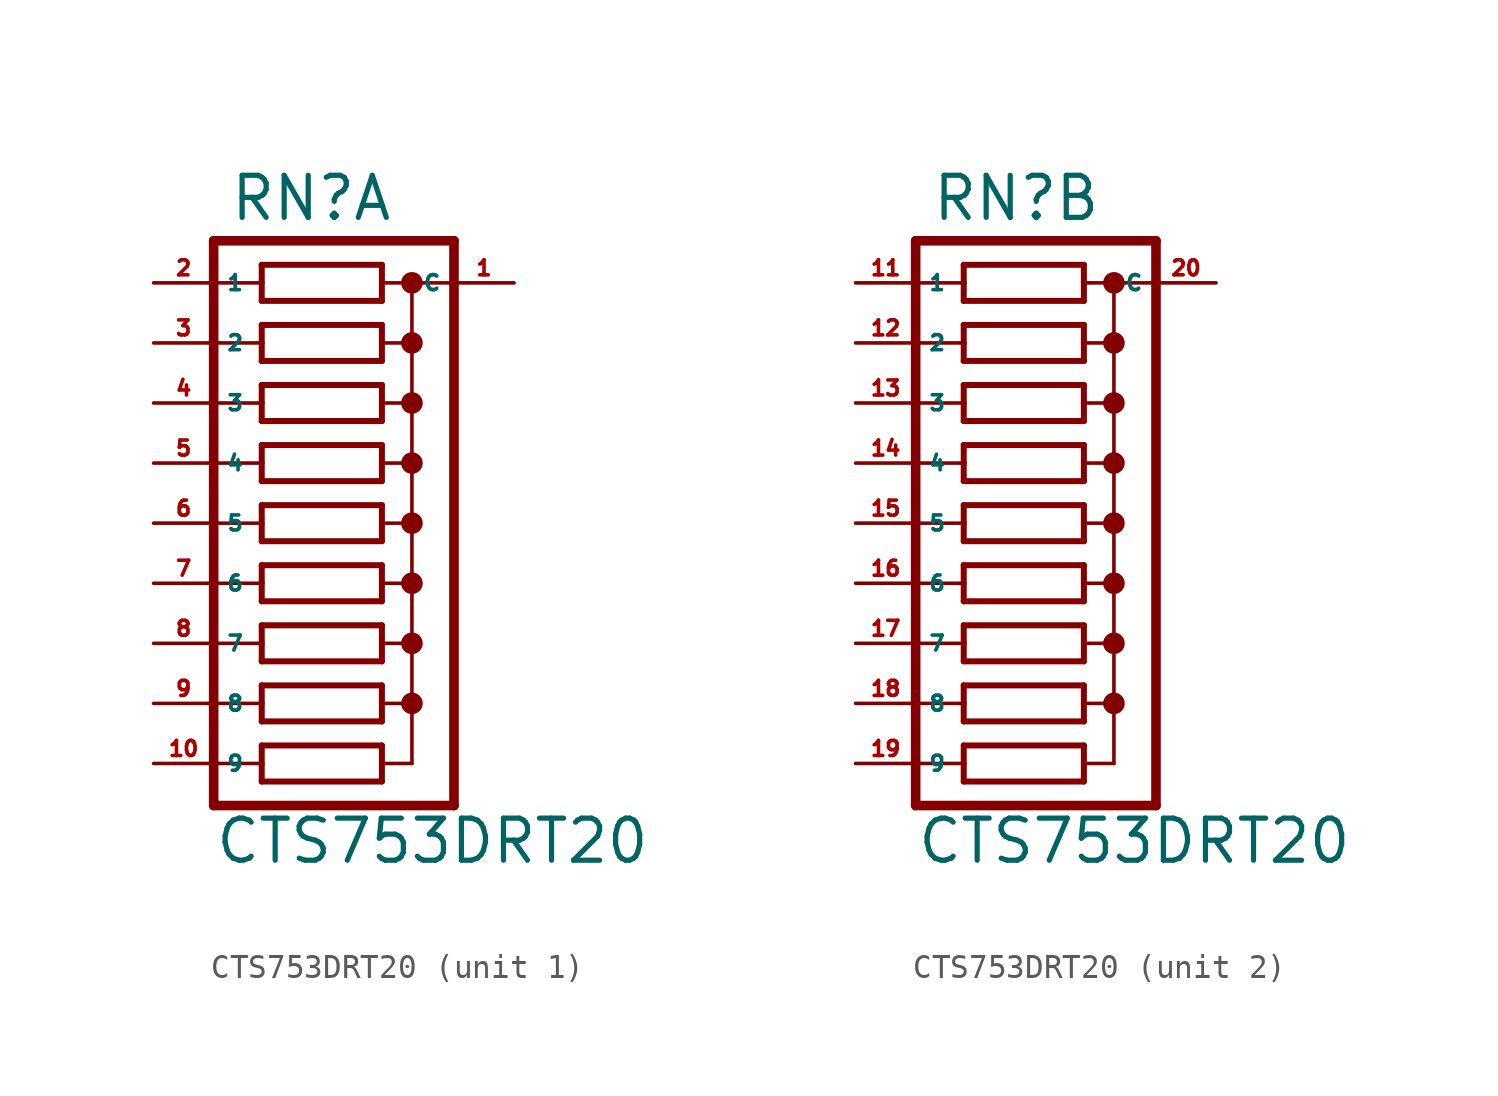
<source format=kicad_sym>
(kicad_symbol_lib
  (version 20220914)
  (generator Eagle2Kicad)
  (symbol "CTS753DRT20"
    (property "Reference" "RN"
      (at -4.445 12.7 0)
      (effects (font (size 1.778 1.778) (thickness 0.22)) (justify left bottom)))
    (property "Value" "CTS753DRT20"
      (at -5.08 -14.478 0)
      (effects (font (size 1.778 1.778) (thickness 0.22)) (justify left bottom)))
    (symbol "CTS753DRT20_1_0"
      (polyline (pts (xy -3.048 9.398) (xy 2.032 9.398)) (stroke (width 0.254) (type default)) (fill (type none)))
      (polyline (pts (xy 2.032 10.922) (xy -3.048 10.922)) (stroke (width 0.254) (type default)) (fill (type none)))
      (polyline (pts (xy 2.032 9.398) (xy 2.032 10.16)) (stroke (width 0.254) (type default)) (fill (type none)))
      (polyline (pts (xy -3.048 10.922) (xy -3.048 10.16)) (stroke (width 0.254) (type default)) (fill (type none)))
      (polyline (pts (xy -3.048 10.16) (xy -5.08 10.16)) (stroke (width 0.152) (type default)) (fill (type none)))
      (polyline (pts (xy -3.048 10.16) (xy -3.048 9.398)) (stroke (width 0.254) (type default)) (fill (type none)))
      (polyline (pts (xy 3.302 10.16) (xy 2.032 10.16)) (stroke (width 0.152) (type default)) (fill (type none)))
      (polyline (pts (xy 2.032 10.16) (xy 2.032 10.922)) (stroke (width 0.254) (type default)) (fill (type none)))
      (polyline (pts (xy 3.302 10.16) (xy 3.302 7.62)) (stroke (width 0.152) (type default)) (fill (type none)))
      (polyline (pts (xy 3.302 7.62) (xy 2.032 7.62)) (stroke (width 0.152) (type default)) (fill (type none)))
      (polyline (pts (xy 3.302 7.62) (xy 3.302 5.08)) (stroke (width 0.152) (type default)) (fill (type none)))
      (polyline (pts (xy 3.302 5.08) (xy 2.032 5.08)) (stroke (width 0.152) (type default)) (fill (type none)))
      (polyline (pts (xy 3.302 5.08) (xy 3.302 2.54)) (stroke (width 0.152) (type default)) (fill (type none)))
      (polyline (pts (xy 3.302 2.54) (xy 2.032 2.54)) (stroke (width 0.152) (type default)) (fill (type none)))
      (polyline (pts (xy 3.302 2.54) (xy 3.302 0)) (stroke (width 0.152) (type default)) (fill (type none)))
      (polyline (pts (xy 3.302 0) (xy 2.032 0)) (stroke (width 0.152) (type default)) (fill (type none)))
      (polyline (pts (xy -5.08 0) (xy -3.048 0)) (stroke (width 0.152) (type default)) (fill (type none)))
      (polyline (pts (xy -5.08 2.54) (xy -3.048 2.54)) (stroke (width 0.152) (type default)) (fill (type none)))
      (polyline (pts (xy -5.08 5.08) (xy -3.048 5.08)) (stroke (width 0.152) (type default)) (fill (type none)))
      (polyline (pts (xy -5.08 7.62) (xy -3.048 7.62)) (stroke (width 0.152) (type default)) (fill (type none)))
      (polyline (pts (xy -3.048 7.62) (xy -3.048 6.858)) (stroke (width 0.254) (type default)) (fill (type none)))
      (polyline (pts (xy -3.048 8.382) (xy -3.048 7.62)) (stroke (width 0.254) (type default)) (fill (type none)))
      (polyline (pts (xy 2.032 6.858) (xy 2.032 7.62)) (stroke (width 0.254) (type default)) (fill (type none)))
      (polyline (pts (xy 2.032 7.62) (xy 2.032 8.382)) (stroke (width 0.254) (type default)) (fill (type none)))
      (polyline (pts (xy -3.048 6.858) (xy 2.032 6.858)) (stroke (width 0.254) (type default)) (fill (type none)))
      (polyline (pts (xy 2.032 8.382) (xy -3.048 8.382)) (stroke (width 0.254) (type default)) (fill (type none)))
      (polyline (pts (xy -3.048 4.318) (xy 2.032 4.318)) (stroke (width 0.254) (type default)) (fill (type none)))
      (polyline (pts (xy -3.048 1.778) (xy 2.032 1.778)) (stroke (width 0.254) (type default)) (fill (type none)))
      (polyline (pts (xy -3.048 -0.762) (xy 2.032 -0.762)) (stroke (width 0.254) (type default)) (fill (type none)))
      (polyline (pts (xy 2.032 5.842) (xy -3.048 5.842)) (stroke (width 0.254) (type default)) (fill (type none)))
      (polyline (pts (xy 2.032 3.302) (xy -3.048 3.302)) (stroke (width 0.254) (type default)) (fill (type none)))
      (polyline (pts (xy 2.032 0.762) (xy -3.048 0.762)) (stroke (width 0.254) (type default)) (fill (type none)))
      (polyline (pts (xy 2.032 4.318) (xy 2.032 5.08)) (stroke (width 0.254) (type default)) (fill (type none)))
      (polyline (pts (xy 2.032 1.778) (xy 2.032 2.54)) (stroke (width 0.254) (type default)) (fill (type none)))
      (polyline (pts (xy 2.032 -0.762) (xy 2.032 0)) (stroke (width 0.254) (type default)) (fill (type none)))
      (polyline (pts (xy 2.032 5.08) (xy 2.032 5.842)) (stroke (width 0.254) (type default)) (fill (type none)))
      (polyline (pts (xy 2.032 2.54) (xy 2.032 3.302)) (stroke (width 0.254) (type default)) (fill (type none)))
      (polyline (pts (xy 2.032 0) (xy 2.032 0.762)) (stroke (width 0.254) (type default)) (fill (type none)))
      (polyline (pts (xy -3.048 5.08) (xy -3.048 4.318)) (stroke (width 0.254) (type default)) (fill (type none)))
      (polyline (pts (xy -3.048 2.54) (xy -3.048 1.778)) (stroke (width 0.254) (type default)) (fill (type none)))
      (polyline (pts (xy -3.048 0) (xy -3.048 -0.762)) (stroke (width 0.254) (type default)) (fill (type none)))
      (polyline (pts (xy -3.048 5.842) (xy -3.048 5.08)) (stroke (width 0.254) (type default)) (fill (type none)))
      (polyline (pts (xy -3.048 3.302) (xy -3.048 2.54)) (stroke (width 0.254) (type default)) (fill (type none)))
      (polyline (pts (xy -3.048 0.762) (xy -3.048 0)) (stroke (width 0.254) (type default)) (fill (type none)))
      (polyline (pts (xy 5.08 11.938) (xy -5.08 11.938)) (stroke (width 0.406) (type default)) (fill (type none)))
      (polyline (pts (xy -3.048 -3.302) (xy 2.032 -3.302)) (stroke (width 0.254) (type default)) (fill (type none)))
      (polyline (pts (xy 2.032 -1.778) (xy -3.048 -1.778)) (stroke (width 0.254) (type default)) (fill (type none)))
      (polyline (pts (xy 2.032 -3.302) (xy 2.032 -2.54)) (stroke (width 0.254) (type default)) (fill (type none)))
      (polyline (pts (xy -3.048 -1.778) (xy -3.048 -2.54)) (stroke (width 0.254) (type default)) (fill (type none)))
      (polyline (pts (xy -3.048 -2.54) (xy -5.08 -2.54)) (stroke (width 0.152) (type default)) (fill (type none)))
      (polyline (pts (xy -3.048 -2.54) (xy -3.048 -3.302)) (stroke (width 0.254) (type default)) (fill (type none)))
      (polyline (pts (xy 3.302 -2.54) (xy 2.032 -2.54)) (stroke (width 0.152) (type default)) (fill (type none)))
      (polyline (pts (xy 2.032 -2.54) (xy 2.032 -1.778)) (stroke (width 0.254) (type default)) (fill (type none)))
      (polyline (pts (xy 3.302 -2.54) (xy 3.302 -5.08)) (stroke (width 0.152) (type default)) (fill (type none)))
      (polyline (pts (xy 3.302 -5.08) (xy 2.032 -5.08)) (stroke (width 0.152) (type default)) (fill (type none)))
      (polyline (pts (xy 3.302 -5.08) (xy 3.302 -7.62)) (stroke (width 0.152) (type default)) (fill (type none)))
      (polyline (pts (xy 3.302 -7.62) (xy 2.032 -7.62)) (stroke (width 0.152) (type default)) (fill (type none)))
      (polyline (pts (xy -5.08 -7.62) (xy -3.048 -7.62)) (stroke (width 0.152) (type default)) (fill (type none)))
      (polyline (pts (xy -5.08 -5.08) (xy -3.048 -5.08)) (stroke (width 0.152) (type default)) (fill (type none)))
      (polyline (pts (xy -3.048 -5.08) (xy -3.048 -5.842)) (stroke (width 0.254) (type default)) (fill (type none)))
      (polyline (pts (xy -3.048 -4.318) (xy -3.048 -5.08)) (stroke (width 0.254) (type default)) (fill (type none)))
      (polyline (pts (xy 2.032 -5.842) (xy 2.032 -5.08)) (stroke (width 0.254) (type default)) (fill (type none)))
      (polyline (pts (xy 2.032 -5.08) (xy 2.032 -4.318)) (stroke (width 0.254) (type default)) (fill (type none)))
      (polyline (pts (xy -3.048 -5.842) (xy 2.032 -5.842)) (stroke (width 0.254) (type default)) (fill (type none)))
      (polyline (pts (xy 2.032 -4.318) (xy -3.048 -4.318)) (stroke (width 0.254) (type default)) (fill (type none)))
      (polyline (pts (xy -3.048 -8.382) (xy 2.032 -8.382)) (stroke (width 0.254) (type default)) (fill (type none)))
      (polyline (pts (xy 2.032 -6.858) (xy -3.048 -6.858)) (stroke (width 0.254) (type default)) (fill (type none)))
      (polyline (pts (xy 2.032 -8.382) (xy 2.032 -7.62)) (stroke (width 0.254) (type default)) (fill (type none)))
      (polyline (pts (xy 2.032 -7.62) (xy 2.032 -6.858)) (stroke (width 0.254) (type default)) (fill (type none)))
      (polyline (pts (xy -3.048 -7.62) (xy -3.048 -8.382)) (stroke (width 0.254) (type default)) (fill (type none)))
      (polyline (pts (xy -3.048 -6.858) (xy -3.048 -7.62)) (stroke (width 0.254) (type default)) (fill (type none)))
      (polyline (pts (xy 5.08 -11.938) (xy -5.08 -11.938)) (stroke (width 0.406) (type default)) (fill (type none)))
      (polyline (pts (xy -5.08 11.938) (xy -5.08 -11.938)) (stroke (width 0.406) (type default)) (fill (type none)))
      (polyline (pts (xy 3.302 0) (xy 3.302 -2.54)) (stroke (width 0.152) (type default)) (fill (type none)))
      (polyline (pts (xy 3.302 10.16) (xy 5.08 10.16)) (stroke (width 0.152) (type default)) (fill (type none)))
      (polyline (pts (xy -3.048 -10.922) (xy 2.032 -10.922)) (stroke (width 0.254) (type default)) (fill (type none)))
      (polyline (pts (xy 2.032 -9.398) (xy -3.048 -9.398)) (stroke (width 0.254) (type default)) (fill (type none)))
      (polyline (pts (xy 2.032 -10.922) (xy 2.032 -10.16)) (stroke (width 0.254) (type default)) (fill (type none)))
      (polyline (pts (xy -3.048 -9.398) (xy -3.048 -10.16)) (stroke (width 0.254) (type default)) (fill (type none)))
      (polyline (pts (xy -3.048 -10.16) (xy -5.08 -10.16)) (stroke (width 0.152) (type default)) (fill (type none)))
      (polyline (pts (xy -3.048 -10.16) (xy -3.048 -10.922)) (stroke (width 0.254) (type default)) (fill (type none)))
      (polyline (pts (xy 2.032 -10.16) (xy 2.032 -9.398)) (stroke (width 0.254) (type default)) (fill (type none)))
      (polyline (pts (xy 2.032 -10.16) (xy 3.302 -10.16)) (stroke (width 0.152) (type default)) (fill (type none)))
      (polyline (pts (xy 3.302 -7.62) (xy 3.302 -10.16)) (stroke (width 0.152) (type default)) (fill (type none)))
      (polyline (pts (xy 5.08 11.938) (xy 5.08 -11.938)) (stroke (width 0.406) (type default)) (fill (type none)))
      (circle (center 3.302 10.16) (radius 0.254) (stroke (width 0.406) (type default)) (fill (type none)))
      (circle (center 3.302 7.62) (radius 0.254) (stroke (width 0.406) (type default)) (fill (type none)))
      (circle (center 3.302 5.08) (radius 0.254) (stroke (width 0.406) (type default)) (fill (type none)))
      (circle (center 3.302 2.54) (radius 0.254) (stroke (width 0.406) (type default)) (fill (type none)))
      (circle (center 3.302 0) (radius 0.254) (stroke (width 0.406) (type default)) (fill (type none)))
      (circle (center 3.302 -2.54) (radius 0.254) (stroke (width 0.406) (type default)) (fill (type none)))
      (circle (center 3.302 -5.08) (radius 0.254) (stroke (width 0.406) (type default)) (fill (type none)))
      (circle (center 3.302 -7.62) (radius 0.254) (stroke (width 0.406) (type default)) (fill (type none)))
      (pin passive line (at -7.62 7.62 0) (length 2.54) (name "2" (effects (font (size 0.635 0.635) (thickness 0.08)) (justify left bottom))) (number "3" (effects (font (size 0.635 0.635) (thickness 0.08)) (justify left bottom))))
      (pin passive line (at -7.62 5.08 0) (length 2.54) (name "3" (effects (font (size 0.635 0.635) (thickness 0.08)) (justify left bottom))) (number "4" (effects (font (size 0.635 0.635) (thickness 0.08)) (justify left bottom))))
      (pin passive line (at -7.62 2.54 0) (length 2.54) (name "4" (effects (font (size 0.635 0.635) (thickness 0.08)) (justify left bottom))) (number "5" (effects (font (size 0.635 0.635) (thickness 0.08)) (justify left bottom))))
      (pin passive line (at -7.62 0 0) (length 2.54) (name "5" (effects (font (size 0.635 0.635) (thickness 0.08)) (justify left bottom))) (number "6" (effects (font (size 0.635 0.635) (thickness 0.08)) (justify left bottom))))
      (pin passive line (at -7.62 -2.54 0) (length 2.54) (name "6" (effects (font (size 0.635 0.635) (thickness 0.08)) (justify left bottom))) (number "7" (effects (font (size 0.635 0.635) (thickness 0.08)) (justify left bottom))))
      (pin passive line (at -7.62 -5.08 0) (length 2.54) (name "7" (effects (font (size 0.635 0.635) (thickness 0.08)) (justify left bottom))) (number "8" (effects (font (size 0.635 0.635) (thickness 0.08)) (justify left bottom))))
      (pin passive line (at -7.62 -7.62 0) (length 2.54) (name "8" (effects (font (size 0.635 0.635) (thickness 0.08)) (justify left bottom))) (number "9" (effects (font (size 0.635 0.635) (thickness 0.08)) (justify left bottom))))
      (pin passive line (at -7.62 10.16 0) (length 2.54) (name "1" (effects (font (size 0.635 0.635) (thickness 0.08)) (justify left bottom))) (number "2" (effects (font (size 0.635 0.635) (thickness 0.08)) (justify left bottom))))
      (pin passive line (at -7.62 -10.16 0) (length 2.54) (name "9" (effects (font (size 0.635 0.635) (thickness 0.08)) (justify left bottom))) (number "10" (effects (font (size 0.635 0.635) (thickness 0.08)) (justify left bottom))))
      (pin passive line (at 7.62 10.16 180) (length 2.54) (name "C" (effects (font (size 0.635 0.635) (thickness 0.08)) (justify left bottom))) (number "1" (effects (font (size 0.635 0.635) (thickness 0.08)) (justify left bottom)))))
    (symbol "CTS753DRT20_2_0"
      (polyline (pts (xy -3.048 9.398) (xy 2.032 9.398)) (stroke (width 0.254) (type default)) (fill (type none)))
      (polyline (pts (xy 2.032 10.922) (xy -3.048 10.922)) (stroke (width 0.254) (type default)) (fill (type none)))
      (polyline (pts (xy 2.032 9.398) (xy 2.032 10.16)) (stroke (width 0.254) (type default)) (fill (type none)))
      (polyline (pts (xy -3.048 10.922) (xy -3.048 10.16)) (stroke (width 0.254) (type default)) (fill (type none)))
      (polyline (pts (xy -3.048 10.16) (xy -5.08 10.16)) (stroke (width 0.152) (type default)) (fill (type none)))
      (polyline (pts (xy -3.048 10.16) (xy -3.048 9.398)) (stroke (width 0.254) (type default)) (fill (type none)))
      (polyline (pts (xy 3.302 10.16) (xy 2.032 10.16)) (stroke (width 0.152) (type default)) (fill (type none)))
      (polyline (pts (xy 2.032 10.16) (xy 2.032 10.922)) (stroke (width 0.254) (type default)) (fill (type none)))
      (polyline (pts (xy 3.302 10.16) (xy 3.302 7.62)) (stroke (width 0.152) (type default)) (fill (type none)))
      (polyline (pts (xy 3.302 7.62) (xy 2.032 7.62)) (stroke (width 0.152) (type default)) (fill (type none)))
      (polyline (pts (xy 3.302 7.62) (xy 3.302 5.08)) (stroke (width 0.152) (type default)) (fill (type none)))
      (polyline (pts (xy 3.302 5.08) (xy 2.032 5.08)) (stroke (width 0.152) (type default)) (fill (type none)))
      (polyline (pts (xy 3.302 5.08) (xy 3.302 2.54)) (stroke (width 0.152) (type default)) (fill (type none)))
      (polyline (pts (xy 3.302 2.54) (xy 2.032 2.54)) (stroke (width 0.152) (type default)) (fill (type none)))
      (polyline (pts (xy 3.302 2.54) (xy 3.302 0)) (stroke (width 0.152) (type default)) (fill (type none)))
      (polyline (pts (xy 3.302 0) (xy 2.032 0)) (stroke (width 0.152) (type default)) (fill (type none)))
      (polyline (pts (xy -5.08 0) (xy -3.048 0)) (stroke (width 0.152) (type default)) (fill (type none)))
      (polyline (pts (xy -5.08 2.54) (xy -3.048 2.54)) (stroke (width 0.152) (type default)) (fill (type none)))
      (polyline (pts (xy -5.08 5.08) (xy -3.048 5.08)) (stroke (width 0.152) (type default)) (fill (type none)))
      (polyline (pts (xy -5.08 7.62) (xy -3.048 7.62)) (stroke (width 0.152) (type default)) (fill (type none)))
      (polyline (pts (xy -3.048 7.62) (xy -3.048 6.858)) (stroke (width 0.254) (type default)) (fill (type none)))
      (polyline (pts (xy -3.048 8.382) (xy -3.048 7.62)) (stroke (width 0.254) (type default)) (fill (type none)))
      (polyline (pts (xy 2.032 6.858) (xy 2.032 7.62)) (stroke (width 0.254) (type default)) (fill (type none)))
      (polyline (pts (xy 2.032 7.62) (xy 2.032 8.382)) (stroke (width 0.254) (type default)) (fill (type none)))
      (polyline (pts (xy -3.048 6.858) (xy 2.032 6.858)) (stroke (width 0.254) (type default)) (fill (type none)))
      (polyline (pts (xy 2.032 8.382) (xy -3.048 8.382)) (stroke (width 0.254) (type default)) (fill (type none)))
      (polyline (pts (xy -3.048 4.318) (xy 2.032 4.318)) (stroke (width 0.254) (type default)) (fill (type none)))
      (polyline (pts (xy -3.048 1.778) (xy 2.032 1.778)) (stroke (width 0.254) (type default)) (fill (type none)))
      (polyline (pts (xy -3.048 -0.762) (xy 2.032 -0.762)) (stroke (width 0.254) (type default)) (fill (type none)))
      (polyline (pts (xy 2.032 5.842) (xy -3.048 5.842)) (stroke (width 0.254) (type default)) (fill (type none)))
      (polyline (pts (xy 2.032 3.302) (xy -3.048 3.302)) (stroke (width 0.254) (type default)) (fill (type none)))
      (polyline (pts (xy 2.032 0.762) (xy -3.048 0.762)) (stroke (width 0.254) (type default)) (fill (type none)))
      (polyline (pts (xy 2.032 4.318) (xy 2.032 5.08)) (stroke (width 0.254) (type default)) (fill (type none)))
      (polyline (pts (xy 2.032 1.778) (xy 2.032 2.54)) (stroke (width 0.254) (type default)) (fill (type none)))
      (polyline (pts (xy 2.032 -0.762) (xy 2.032 0)) (stroke (width 0.254) (type default)) (fill (type none)))
      (polyline (pts (xy 2.032 5.08) (xy 2.032 5.842)) (stroke (width 0.254) (type default)) (fill (type none)))
      (polyline (pts (xy 2.032 2.54) (xy 2.032 3.302)) (stroke (width 0.254) (type default)) (fill (type none)))
      (polyline (pts (xy 2.032 0) (xy 2.032 0.762)) (stroke (width 0.254) (type default)) (fill (type none)))
      (polyline (pts (xy -3.048 5.08) (xy -3.048 4.318)) (stroke (width 0.254) (type default)) (fill (type none)))
      (polyline (pts (xy -3.048 2.54) (xy -3.048 1.778)) (stroke (width 0.254) (type default)) (fill (type none)))
      (polyline (pts (xy -3.048 0) (xy -3.048 -0.762)) (stroke (width 0.254) (type default)) (fill (type none)))
      (polyline (pts (xy -3.048 5.842) (xy -3.048 5.08)) (stroke (width 0.254) (type default)) (fill (type none)))
      (polyline (pts (xy -3.048 3.302) (xy -3.048 2.54)) (stroke (width 0.254) (type default)) (fill (type none)))
      (polyline (pts (xy -3.048 0.762) (xy -3.048 0)) (stroke (width 0.254) (type default)) (fill (type none)))
      (polyline (pts (xy 5.08 11.938) (xy -5.08 11.938)) (stroke (width 0.406) (type default)) (fill (type none)))
      (polyline (pts (xy -3.048 -3.302) (xy 2.032 -3.302)) (stroke (width 0.254) (type default)) (fill (type none)))
      (polyline (pts (xy 2.032 -1.778) (xy -3.048 -1.778)) (stroke (width 0.254) (type default)) (fill (type none)))
      (polyline (pts (xy 2.032 -3.302) (xy 2.032 -2.54)) (stroke (width 0.254) (type default)) (fill (type none)))
      (polyline (pts (xy -3.048 -1.778) (xy -3.048 -2.54)) (stroke (width 0.254) (type default)) (fill (type none)))
      (polyline (pts (xy -3.048 -2.54) (xy -5.08 -2.54)) (stroke (width 0.152) (type default)) (fill (type none)))
      (polyline (pts (xy -3.048 -2.54) (xy -3.048 -3.302)) (stroke (width 0.254) (type default)) (fill (type none)))
      (polyline (pts (xy 3.302 -2.54) (xy 2.032 -2.54)) (stroke (width 0.152) (type default)) (fill (type none)))
      (polyline (pts (xy 2.032 -2.54) (xy 2.032 -1.778)) (stroke (width 0.254) (type default)) (fill (type none)))
      (polyline (pts (xy 3.302 -2.54) (xy 3.302 -5.08)) (stroke (width 0.152) (type default)) (fill (type none)))
      (polyline (pts (xy 3.302 -5.08) (xy 2.032 -5.08)) (stroke (width 0.152) (type default)) (fill (type none)))
      (polyline (pts (xy 3.302 -5.08) (xy 3.302 -7.62)) (stroke (width 0.152) (type default)) (fill (type none)))
      (polyline (pts (xy 3.302 -7.62) (xy 2.032 -7.62)) (stroke (width 0.152) (type default)) (fill (type none)))
      (polyline (pts (xy -5.08 -7.62) (xy -3.048 -7.62)) (stroke (width 0.152) (type default)) (fill (type none)))
      (polyline (pts (xy -5.08 -5.08) (xy -3.048 -5.08)) (stroke (width 0.152) (type default)) (fill (type none)))
      (polyline (pts (xy -3.048 -5.08) (xy -3.048 -5.842)) (stroke (width 0.254) (type default)) (fill (type none)))
      (polyline (pts (xy -3.048 -4.318) (xy -3.048 -5.08)) (stroke (width 0.254) (type default)) (fill (type none)))
      (polyline (pts (xy 2.032 -5.842) (xy 2.032 -5.08)) (stroke (width 0.254) (type default)) (fill (type none)))
      (polyline (pts (xy 2.032 -5.08) (xy 2.032 -4.318)) (stroke (width 0.254) (type default)) (fill (type none)))
      (polyline (pts (xy -3.048 -5.842) (xy 2.032 -5.842)) (stroke (width 0.254) (type default)) (fill (type none)))
      (polyline (pts (xy 2.032 -4.318) (xy -3.048 -4.318)) (stroke (width 0.254) (type default)) (fill (type none)))
      (polyline (pts (xy -3.048 -8.382) (xy 2.032 -8.382)) (stroke (width 0.254) (type default)) (fill (type none)))
      (polyline (pts (xy 2.032 -6.858) (xy -3.048 -6.858)) (stroke (width 0.254) (type default)) (fill (type none)))
      (polyline (pts (xy 2.032 -8.382) (xy 2.032 -7.62)) (stroke (width 0.254) (type default)) (fill (type none)))
      (polyline (pts (xy 2.032 -7.62) (xy 2.032 -6.858)) (stroke (width 0.254) (type default)) (fill (type none)))
      (polyline (pts (xy -3.048 -7.62) (xy -3.048 -8.382)) (stroke (width 0.254) (type default)) (fill (type none)))
      (polyline (pts (xy -3.048 -6.858) (xy -3.048 -7.62)) (stroke (width 0.254) (type default)) (fill (type none)))
      (polyline (pts (xy 5.08 -11.938) (xy -5.08 -11.938)) (stroke (width 0.406) (type default)) (fill (type none)))
      (polyline (pts (xy -5.08 11.938) (xy -5.08 -11.938)) (stroke (width 0.406) (type default)) (fill (type none)))
      (polyline (pts (xy 3.302 0) (xy 3.302 -2.54)) (stroke (width 0.152) (type default)) (fill (type none)))
      (polyline (pts (xy 3.302 10.16) (xy 5.08 10.16)) (stroke (width 0.152) (type default)) (fill (type none)))
      (polyline (pts (xy -3.048 -10.922) (xy 2.032 -10.922)) (stroke (width 0.254) (type default)) (fill (type none)))
      (polyline (pts (xy 2.032 -9.398) (xy -3.048 -9.398)) (stroke (width 0.254) (type default)) (fill (type none)))
      (polyline (pts (xy 2.032 -10.922) (xy 2.032 -10.16)) (stroke (width 0.254) (type default)) (fill (type none)))
      (polyline (pts (xy -3.048 -9.398) (xy -3.048 -10.16)) (stroke (width 0.254) (type default)) (fill (type none)))
      (polyline (pts (xy -3.048 -10.16) (xy -5.08 -10.16)) (stroke (width 0.152) (type default)) (fill (type none)))
      (polyline (pts (xy -3.048 -10.16) (xy -3.048 -10.922)) (stroke (width 0.254) (type default)) (fill (type none)))
      (polyline (pts (xy 2.032 -10.16) (xy 2.032 -9.398)) (stroke (width 0.254) (type default)) (fill (type none)))
      (polyline (pts (xy 2.032 -10.16) (xy 3.302 -10.16)) (stroke (width 0.152) (type default)) (fill (type none)))
      (polyline (pts (xy 3.302 -7.62) (xy 3.302 -10.16)) (stroke (width 0.152) (type default)) (fill (type none)))
      (polyline (pts (xy 5.08 11.938) (xy 5.08 -11.938)) (stroke (width 0.406) (type default)) (fill (type none)))
      (circle (center 3.302 10.16) (radius 0.254) (stroke (width 0.406) (type default)) (fill (type none)))
      (circle (center 3.302 7.62) (radius 0.254) (stroke (width 0.406) (type default)) (fill (type none)))
      (circle (center 3.302 5.08) (radius 0.254) (stroke (width 0.406) (type default)) (fill (type none)))
      (circle (center 3.302 2.54) (radius 0.254) (stroke (width 0.406) (type default)) (fill (type none)))
      (circle (center 3.302 0) (radius 0.254) (stroke (width 0.406) (type default)) (fill (type none)))
      (circle (center 3.302 -2.54) (radius 0.254) (stroke (width 0.406) (type default)) (fill (type none)))
      (circle (center 3.302 -5.08) (radius 0.254) (stroke (width 0.406) (type default)) (fill (type none)))
      (circle (center 3.302 -7.62) (radius 0.254) (stroke (width 0.406) (type default)) (fill (type none)))
      (pin passive line (at -7.62 7.62 0) (length 2.54) (name "2" (effects (font (size 0.635 0.635) (thickness 0.08)) (justify left bottom))) (number "12" (effects (font (size 0.635 0.635) (thickness 0.08)) (justify left bottom))))
      (pin passive line (at -7.62 5.08 0) (length 2.54) (name "3" (effects (font (size 0.635 0.635) (thickness 0.08)) (justify left bottom))) (number "13" (effects (font (size 0.635 0.635) (thickness 0.08)) (justify left bottom))))
      (pin passive line (at -7.62 2.54 0) (length 2.54) (name "4" (effects (font (size 0.635 0.635) (thickness 0.08)) (justify left bottom))) (number "14" (effects (font (size 0.635 0.635) (thickness 0.08)) (justify left bottom))))
      (pin passive line (at -7.62 0 0) (length 2.54) (name "5" (effects (font (size 0.635 0.635) (thickness 0.08)) (justify left bottom))) (number "15" (effects (font (size 0.635 0.635) (thickness 0.08)) (justify left bottom))))
      (pin passive line (at -7.62 -2.54 0) (length 2.54) (name "6" (effects (font (size 0.635 0.635) (thickness 0.08)) (justify left bottom))) (number "16" (effects (font (size 0.635 0.635) (thickness 0.08)) (justify left bottom))))
      (pin passive line (at -7.62 -5.08 0) (length 2.54) (name "7" (effects (font (size 0.635 0.635) (thickness 0.08)) (justify left bottom))) (number "17" (effects (font (size 0.635 0.635) (thickness 0.08)) (justify left bottom))))
      (pin passive line (at -7.62 -7.62 0) (length 2.54) (name "8" (effects (font (size 0.635 0.635) (thickness 0.08)) (justify left bottom))) (number "18" (effects (font (size 0.635 0.635) (thickness 0.08)) (justify left bottom))))
      (pin passive line (at -7.62 10.16 0) (length 2.54) (name "1" (effects (font (size 0.635 0.635) (thickness 0.08)) (justify left bottom))) (number "11" (effects (font (size 0.635 0.635) (thickness 0.08)) (justify left bottom))))
      (pin passive line (at -7.62 -10.16 0) (length 2.54) (name "9" (effects (font (size 0.635 0.635) (thickness 0.08)) (justify left bottom))) (number "19" (effects (font (size 0.635 0.635) (thickness 0.08)) (justify left bottom))))
      (pin passive line (at 7.62 10.16 180) (length 2.54) (name "C" (effects (font (size 0.635 0.635) (thickness 0.08)) (justify left bottom))) (number "20" (effects (font (size 0.635 0.635) (thickness 0.08)) (justify left bottom)))))))
</source>
